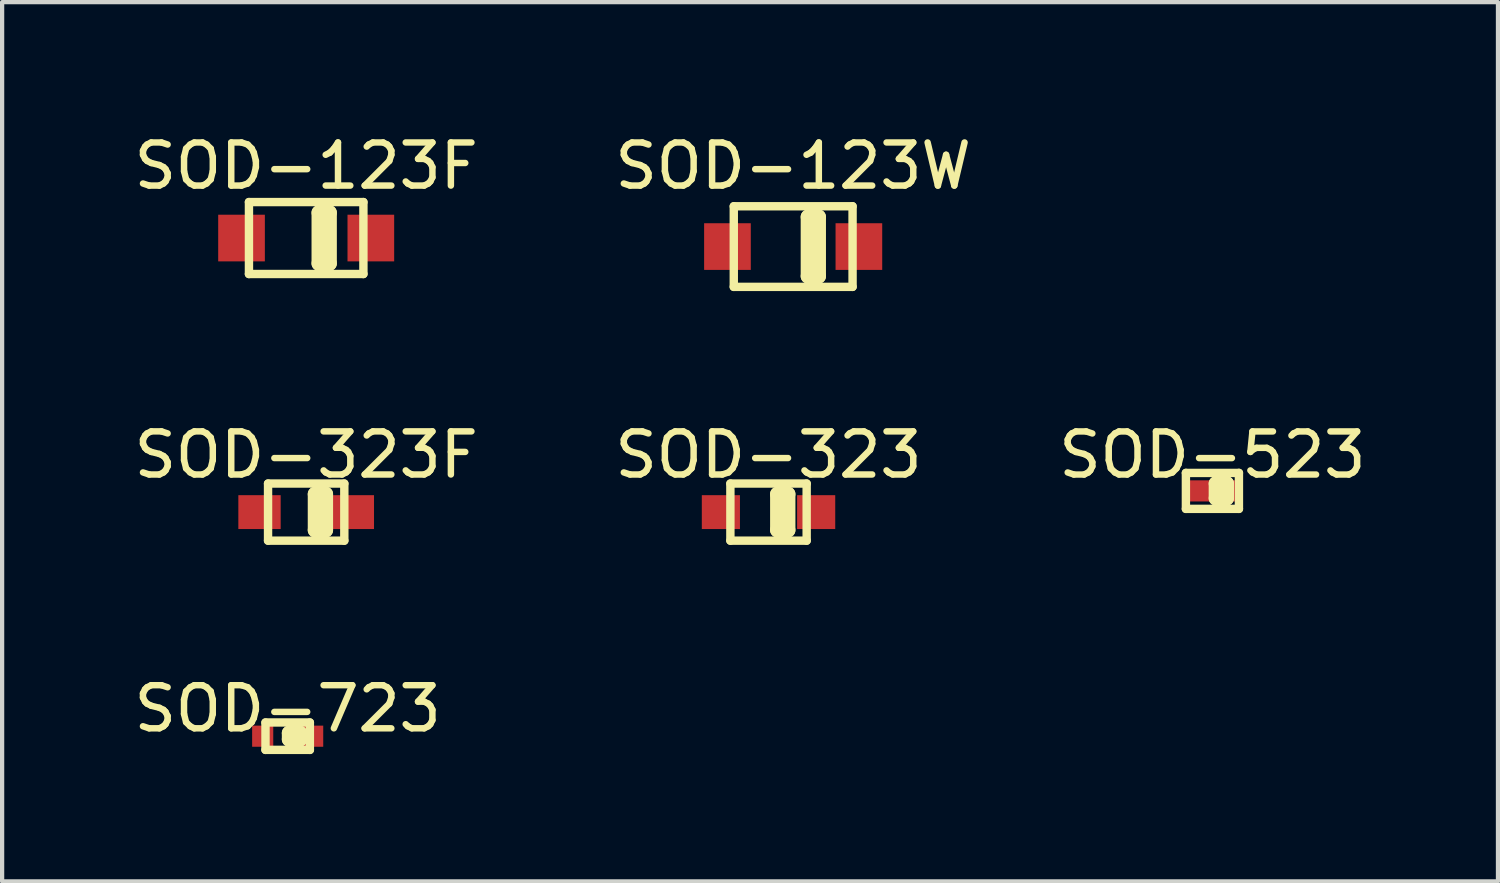
<source format=kicad_pcb>
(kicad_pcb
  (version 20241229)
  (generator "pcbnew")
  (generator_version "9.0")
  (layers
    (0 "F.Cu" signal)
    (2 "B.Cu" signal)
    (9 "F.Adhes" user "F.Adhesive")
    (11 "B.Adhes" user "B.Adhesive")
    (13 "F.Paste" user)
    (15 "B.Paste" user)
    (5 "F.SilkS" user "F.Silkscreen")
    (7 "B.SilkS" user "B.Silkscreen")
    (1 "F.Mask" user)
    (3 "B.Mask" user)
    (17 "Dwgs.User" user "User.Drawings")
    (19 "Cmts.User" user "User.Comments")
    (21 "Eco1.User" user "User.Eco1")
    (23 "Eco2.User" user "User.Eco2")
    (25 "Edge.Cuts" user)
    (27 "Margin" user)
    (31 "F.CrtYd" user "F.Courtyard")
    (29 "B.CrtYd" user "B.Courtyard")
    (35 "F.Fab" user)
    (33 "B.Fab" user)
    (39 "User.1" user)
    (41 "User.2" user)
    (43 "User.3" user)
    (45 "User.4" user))
  (footprint "SOD-123W"
    (layer "F.Cu")
    (at 15.646 2.762)
    (property "Reference" "SOD-123W" (at 0 -1.9 0) (layer "F.SilkS") (effects (font (size 1.016 1.016) (thickness 0.152))))
    (attr through_hole)
    (fp_line (start -1.4 -0.95) (end 1.4 -0.95) (stroke (width 0.198) (type solid)) (layer "F.SilkS"))
    (fp_line (start -1.4 0.95) (end -1.4 -0.95) (stroke (width 0.198) (type solid)) (layer "F.SilkS"))
    (fp_line (start 0.351 -0.699) (end 0.599 -0.699) (stroke (width 0.348) (type solid)) (layer "F.SilkS"))
    (fp_line (start 0.351 0.699) (end 0.351 -0.699) (stroke (width 0.348) (type solid)) (layer "F.SilkS"))
    (fp_line (start 0.599 -0.699) (end 0.599 0.699) (stroke (width 0.348) (type solid)) (layer "F.SilkS"))
    (fp_line (start 0.599 0.699) (end 0.351 0.699) (stroke (width 0.348) (type solid)) (layer "F.SilkS"))
    (fp_line (start 1.4 -0.95) (end 1.4 0.95) (stroke (width 0.198) (type solid)) (layer "F.SilkS"))
    (fp_line (start 1.4 0.95) (end -1.4 0.95) (stroke (width 0.198) (type solid)) (layer "F.SilkS"))
    (pad "1" smd rect (at 1.549 0) (size 1.1 1.1) (layers "*.Mask" "F.Cu"))
    (pad "2" smd rect (at -1.549 0) (size 1.1 1.1) (layers "*.Mask" "F.Cu")))
  (footprint "SOD-123F"
    (layer "F.Cu")
    (at 4.167 2.561)
    (property "Reference" "SOD-123F" (at 0 -1.699 0) (layer "F.SilkS") (effects (font (size 1.016 1.016) (thickness 0.152))))
    (attr through_hole)
    (fp_line (start -1.349 -0.848) (end 1.349 -0.848) (stroke (width 0.198) (type solid)) (layer "F.SilkS"))
    (fp_line (start -1.349 0.848) (end -1.349 -0.848) (stroke (width 0.198) (type solid)) (layer "F.SilkS"))
    (fp_line (start 0.3 -0.599) (end 0.549 -0.599) (stroke (width 0.348) (type solid)) (layer "F.SilkS"))
    (fp_line (start 0.3 0.599) (end 0.3 -0.599) (stroke (width 0.348) (type solid)) (layer "F.SilkS"))
    (fp_line (start 0.549 -0.599) (end 0.549 0.599) (stroke (width 0.348) (type solid)) (layer "F.SilkS"))
    (fp_line (start 0.549 0.599) (end 0.3 0.599) (stroke (width 0.348) (type solid)) (layer "F.SilkS"))
    (fp_line (start 1.349 -0.848) (end 1.349 0.848) (stroke (width 0.198) (type solid)) (layer "F.SilkS"))
    (fp_line (start 1.349 0.848) (end -1.349 0.848) (stroke (width 0.198) (type solid)) (layer "F.SilkS"))
    (pad "1" smd rect (at 1.524 0) (size 1.1 1.1) (layers "*.Mask" "F.Cu"))
    (pad "2" smd rect (at -1.524 0) (size 1.1 1.1) (layers "*.Mask" "F.Cu")))
  (footprint "SOD-723"
    (layer "F.Cu")
    (at 3.731 14.303)
    (property "Reference" "SOD-723" (at 0 -0.648 0) (layer "F.SilkS") (effects (font (size 1.016 1.016) (thickness 0.152))))
    (attr through_hole)
    (fp_line (start -0.523 -0.323) (end 0.523 -0.323) (stroke (width 0.198) (type solid)) (layer "F.SilkS"))
    (fp_line (start -0.523 0.323) (end -0.523 -0.323) (stroke (width 0.198) (type solid)) (layer "F.SilkS"))
    (fp_line (start 0.036 -0.074) (end 0.284 -0.074) (stroke (width 0.348) (type solid)) (layer "F.SilkS"))
    (fp_line (start 0.036 0.074) (end 0.036 -0.074) (stroke (width 0.348) (type solid)) (layer "F.SilkS"))
    (fp_line (start 0.284 -0.074) (end 0.284 0.074) (stroke (width 0.348) (type solid)) (layer "F.SilkS"))
    (fp_line (start 0.284 0.074) (end 0.036 0.074) (stroke (width 0.348) (type solid)) (layer "F.SilkS"))
    (fp_line (start 0.523 -0.323) (end 0.523 0.323) (stroke (width 0.198) (type solid)) (layer "F.SilkS"))
    (fp_line (start 0.523 0.323) (end -0.523 0.323) (stroke (width 0.198) (type solid)) (layer "F.SilkS"))
    (pad "1" smd rect (at 0.589 0) (size 0.498 0.498) (layers "*.Mask" "F.Cu"))
    (pad "2" smd rect (at -0.589 0) (size 0.498 0.498) (layers "*.Mask" "F.Cu")))
  (footprint "SOD-323F"
    (layer "F.Cu")
    (at 4.167 9.021)
    (property "Reference" "SOD-323F" (at 0 -1.349 0) (layer "F.SilkS") (effects (font (size 1.016 1.016) (thickness 0.152))))
    (attr through_hole)
    (fp_line (start -0.899 -0.673) (end 0.899 -0.673) (stroke (width 0.198) (type solid)) (layer "F.SilkS"))
    (fp_line (start -0.899 0.673) (end -0.899 -0.673) (stroke (width 0.198) (type solid)) (layer "F.SilkS"))
    (fp_line (start 0.211 -0.424) (end 0.46 -0.424) (stroke (width 0.348) (type solid)) (layer "F.SilkS"))
    (fp_line (start 0.211 0.424) (end 0.211 -0.424) (stroke (width 0.348) (type solid)) (layer "F.SilkS"))
    (fp_line (start 0.46 -0.424) (end 0.46 0.424) (stroke (width 0.348) (type solid)) (layer "F.SilkS"))
    (fp_line (start 0.46 0.424) (end 0.211 0.424) (stroke (width 0.348) (type solid)) (layer "F.SilkS"))
    (fp_line (start 0.899 -0.673) (end 0.899 0.673) (stroke (width 0.198) (type solid)) (layer "F.SilkS"))
    (fp_line (start 0.899 0.673) (end -0.899 0.673) (stroke (width 0.198) (type solid)) (layer "F.SilkS"))
    (pad "1" smd rect (at 1.1 0) (size 0.998 0.798) (layers "*.Mask" "F.Cu"))
    (pad "2" smd rect (at -1.1 0) (size 0.998 0.798) (layers "*.Mask" "F.Cu")))
  (footprint "SOD-323"
    (layer "F.Cu")
    (at 15.065 9.021)
    (property "Reference" "SOD-323" (at 0 -1.349 0) (layer "F.SilkS") (effects (font (size 1.016 1.016) (thickness 0.152))))
    (attr through_hole)
    (fp_line (start -0.899 -0.673) (end 0.899 -0.673) (stroke (width 0.198) (type solid)) (layer "F.SilkS"))
    (fp_line (start -0.899 0.673) (end -0.899 -0.673) (stroke (width 0.198) (type solid)) (layer "F.SilkS"))
    (fp_line (start 0.211 -0.424) (end 0.46 -0.424) (stroke (width 0.348) (type solid)) (layer "F.SilkS"))
    (fp_line (start 0.211 0.424) (end 0.211 -0.424) (stroke (width 0.348) (type solid)) (layer "F.SilkS"))
    (fp_line (start 0.46 -0.424) (end 0.46 0.424) (stroke (width 0.348) (type solid)) (layer "F.SilkS"))
    (fp_line (start 0.46 0.424) (end 0.211 0.424) (stroke (width 0.348) (type solid)) (layer "F.SilkS"))
    (fp_line (start 0.899 -0.673) (end 0.899 0.673) (stroke (width 0.198) (type solid)) (layer "F.SilkS"))
    (fp_line (start 0.899 0.673) (end -0.899 0.673) (stroke (width 0.198) (type solid)) (layer "F.SilkS"))
    (pad "1" smd rect (at 1.123 0) (size 0.899 0.798) (layers "*.Mask" "F.Cu"))
    (pad "2" smd rect (at -1.123 0) (size 0.899 0.798) (layers "*.Mask" "F.Cu")))
  (footprint "SOD-523"
    (layer "F.Cu")
    (at 25.528 8.521)
    (property "Reference" "SOD-523" (at 0 -0.848 0) (layer "F.SilkS") (effects (font (size 1.016 1.016) (thickness 0.152))))
    (attr through_hole)
    (fp_line (start -0.625 -0.424) (end 0.625 -0.424) (stroke (width 0.198) (type solid)) (layer "F.SilkS"))
    (fp_line (start -0.625 0.424) (end -0.625 -0.424) (stroke (width 0.198) (type solid)) (layer "F.SilkS"))
    (fp_line (start 0.086 -0.173) (end 0.335 -0.173) (stroke (width 0.348) (type solid)) (layer "F.SilkS"))
    (fp_line (start 0.086 0.173) (end 0.086 -0.173) (stroke (width 0.348) (type solid)) (layer "F.SilkS"))
    (fp_line (start 0.335 -0.173) (end 0.335 0.173) (stroke (width 0.348) (type solid)) (layer "F.SilkS"))
    (fp_line (start 0.335 0.173) (end 0.086 0.173) (stroke (width 0.348) (type solid)) (layer "F.SilkS"))
    (fp_line (start 0.625 -0.424) (end 0.625 0.424) (stroke (width 0.198) (type solid)) (layer "F.SilkS"))
    (fp_line (start 0.625 0.424) (end -0.625 0.424) (stroke (width 0.198) (type solid)) (layer "F.SilkS"))
    (pad "1" smd rect (at 0.312 0) (size 0.498 0.498) (layers "*.Mask" "F.Cu"))
    (pad "2" smd rect (at -0.312 0) (size 0.498 0.498) (layers "*.Mask" "F.Cu")))
  (gr_rect
    (start -3 -3)
    (end 32.259 17.725)
    (stroke (width 0.1) (type default))
    (fill no)
    (layer "Edge.Cuts")))
</source>
